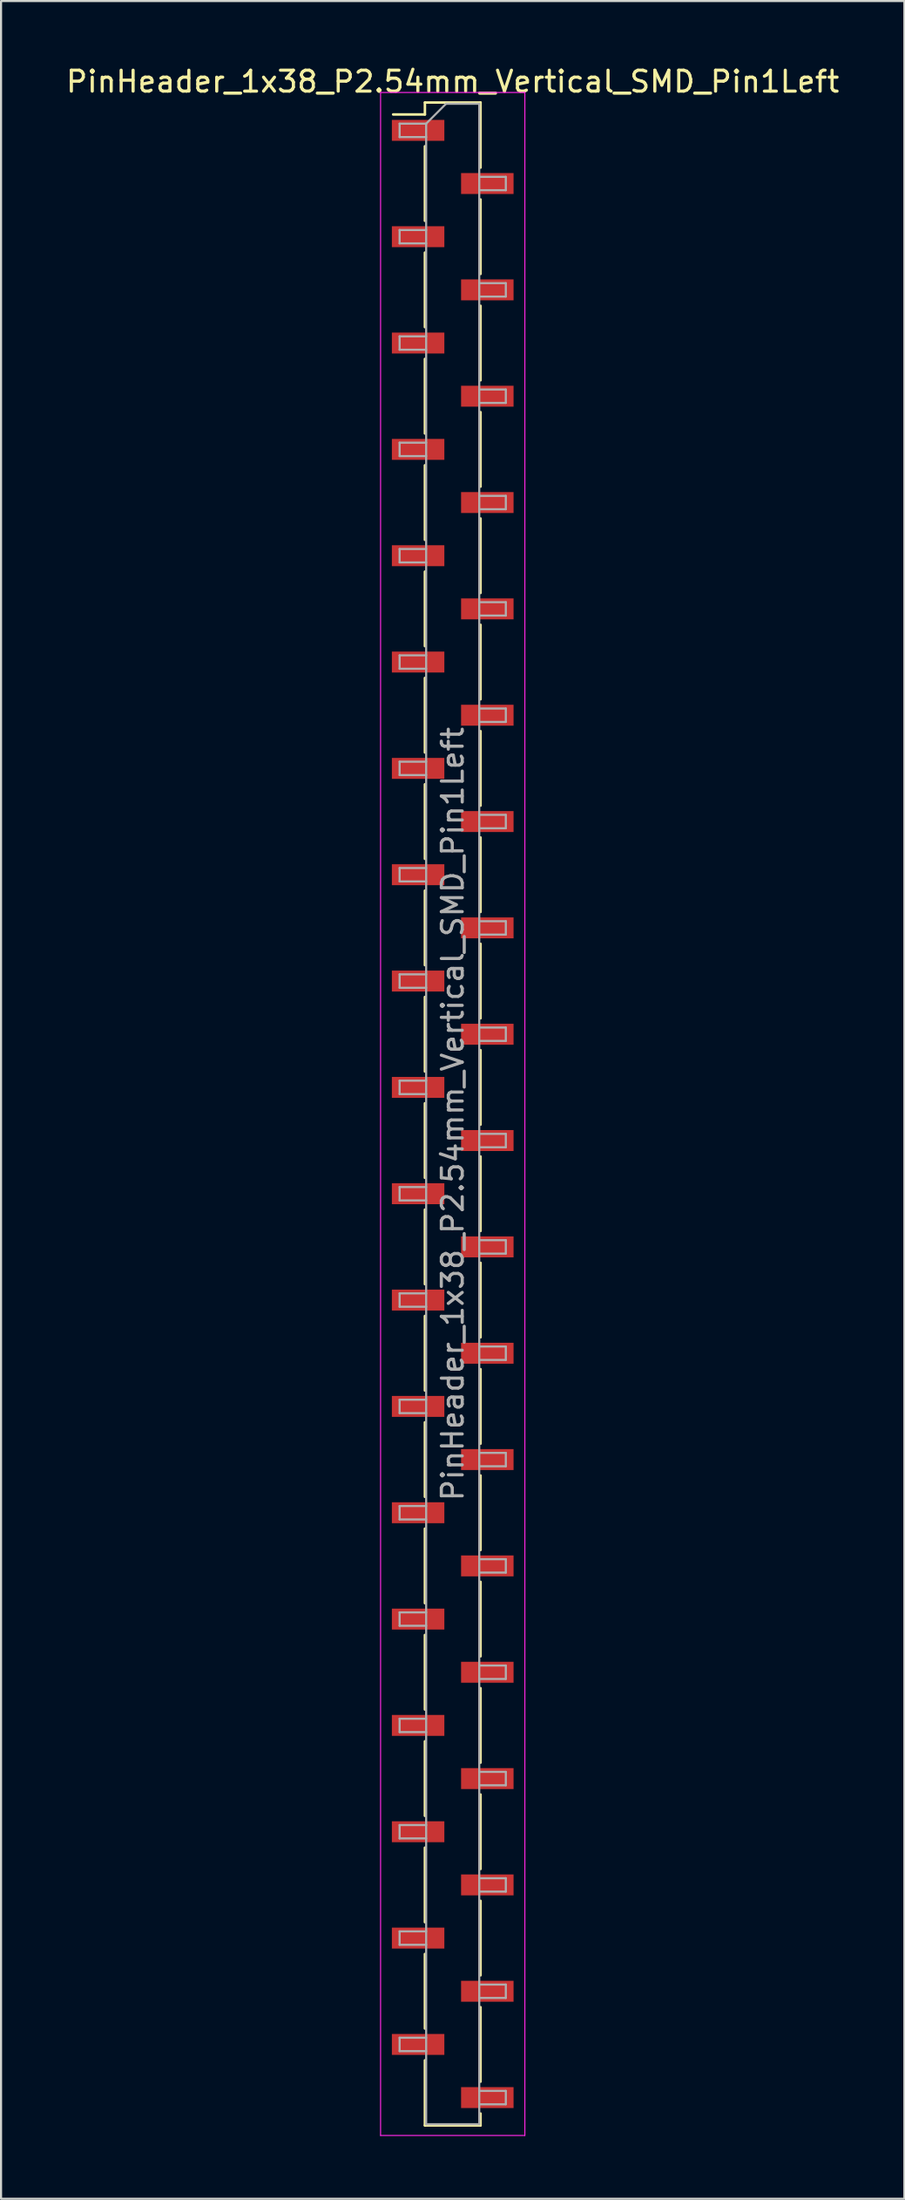
<source format=kicad_pcb>
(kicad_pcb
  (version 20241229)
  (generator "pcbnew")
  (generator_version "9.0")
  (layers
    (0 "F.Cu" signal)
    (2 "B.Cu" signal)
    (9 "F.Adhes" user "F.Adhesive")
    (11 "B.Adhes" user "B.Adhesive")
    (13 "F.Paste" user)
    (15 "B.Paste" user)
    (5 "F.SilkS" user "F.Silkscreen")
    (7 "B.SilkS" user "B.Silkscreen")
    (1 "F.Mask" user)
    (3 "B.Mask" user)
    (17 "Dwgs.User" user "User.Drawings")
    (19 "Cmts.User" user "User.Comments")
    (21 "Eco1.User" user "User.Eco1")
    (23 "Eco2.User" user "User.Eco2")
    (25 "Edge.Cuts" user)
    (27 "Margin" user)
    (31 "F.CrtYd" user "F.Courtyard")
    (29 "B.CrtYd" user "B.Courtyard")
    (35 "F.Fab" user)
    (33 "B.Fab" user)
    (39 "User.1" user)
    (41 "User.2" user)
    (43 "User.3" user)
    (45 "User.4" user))
  (footprint "PinHeader_1x38_P2.54mm_Vertical_SMD_Pin1Left"
    (layer "F.Cu")
    (at 18.601 50.168)
    (property "Reference" "PinHeader_1x38_P2.54mm_Vertical_SMD_Pin1Left" (at 0 -49.32 0) (layer "F.SilkS") (effects (font (size 1 1) (thickness 0.15))))
    (attr smd)
    (fp_line (start -1.33 -48.32) (end -1.33 -47.75) (stroke (width 0.12) (type solid)) (layer "F.SilkS"))
    (fp_line (start -1.33 -48.32) (end 1.33 -48.32) (stroke (width 0.12) (type solid)) (layer "F.SilkS"))
    (fp_line (start -1.33 -47.75) (end -2.85 -47.75) (stroke (width 0.12) (type solid)) (layer "F.SilkS"))
    (fp_line (start -1.33 -46.23) (end -1.33 -42.67) (stroke (width 0.12) (type solid)) (layer "F.SilkS"))
    (fp_line (start -1.33 -41.15) (end -1.33 -37.59) (stroke (width 0.12) (type solid)) (layer "F.SilkS"))
    (fp_line (start -1.33 -36.07) (end -1.33 -32.51) (stroke (width 0.12) (type solid)) (layer "F.SilkS"))
    (fp_line (start -1.33 -30.99) (end -1.33 -27.43) (stroke (width 0.12) (type solid)) (layer "F.SilkS"))
    (fp_line (start -1.33 -25.91) (end -1.33 -22.35) (stroke (width 0.12) (type solid)) (layer "F.SilkS"))
    (fp_line (start -1.33 -20.83) (end -1.33 -17.27) (stroke (width 0.12) (type solid)) (layer "F.SilkS"))
    (fp_line (start -1.33 -15.75) (end -1.33 -12.19) (stroke (width 0.12) (type solid)) (layer "F.SilkS"))
    (fp_line (start -1.33 -10.67) (end -1.33 -7.11) (stroke (width 0.12) (type solid)) (layer "F.SilkS"))
    (fp_line (start -1.33 -5.59) (end -1.33 -2.03) (stroke (width 0.12) (type solid)) (layer "F.SilkS"))
    (fp_line (start -1.33 -0.51) (end -1.33 3.05) (stroke (width 0.12) (type solid)) (layer "F.SilkS"))
    (fp_line (start -1.33 4.57) (end -1.33 8.13) (stroke (width 0.12) (type solid)) (layer "F.SilkS"))
    (fp_line (start -1.33 9.65) (end -1.33 13.21) (stroke (width 0.12) (type solid)) (layer "F.SilkS"))
    (fp_line (start -1.33 14.73) (end -1.33 18.29) (stroke (width 0.12) (type solid)) (layer "F.SilkS"))
    (fp_line (start -1.33 19.81) (end -1.33 23.37) (stroke (width 0.12) (type solid)) (layer "F.SilkS"))
    (fp_line (start -1.33 24.89) (end -1.33 28.45) (stroke (width 0.12) (type solid)) (layer "F.SilkS"))
    (fp_line (start -1.33 29.97) (end -1.33 33.53) (stroke (width 0.12) (type solid)) (layer "F.SilkS"))
    (fp_line (start -1.33 35.05) (end -1.33 38.61) (stroke (width 0.12) (type solid)) (layer "F.SilkS"))
    (fp_line (start -1.33 40.13) (end -1.33 43.69) (stroke (width 0.12) (type solid)) (layer "F.SilkS"))
    (fp_line (start -1.33 45.21) (end -1.33 48.32) (stroke (width 0.12) (type solid)) (layer "F.SilkS"))
    (fp_line (start -1.33 48.32) (end 1.33 48.32) (stroke (width 0.12) (type solid)) (layer "F.SilkS"))
    (fp_line (start 1.33 -48.32) (end 1.33 -45.21) (stroke (width 0.12) (type solid)) (layer "F.SilkS"))
    (fp_line (start 1.33 -43.69) (end 1.33 -40.13) (stroke (width 0.12) (type solid)) (layer "F.SilkS"))
    (fp_line (start 1.33 -38.61) (end 1.33 -35.05) (stroke (width 0.12) (type solid)) (layer "F.SilkS"))
    (fp_line (start 1.33 -33.53) (end 1.33 -29.97) (stroke (width 0.12) (type solid)) (layer "F.SilkS"))
    (fp_line (start 1.33 -28.45) (end 1.33 -24.89) (stroke (width 0.12) (type solid)) (layer "F.SilkS"))
    (fp_line (start 1.33 -23.37) (end 1.33 -19.81) (stroke (width 0.12) (type solid)) (layer "F.SilkS"))
    (fp_line (start 1.33 -18.29) (end 1.33 -14.73) (stroke (width 0.12) (type solid)) (layer "F.SilkS"))
    (fp_line (start 1.33 -13.21) (end 1.33 -9.65) (stroke (width 0.12) (type solid)) (layer "F.SilkS"))
    (fp_line (start 1.33 -8.13) (end 1.33 -4.57) (stroke (width 0.12) (type solid)) (layer "F.SilkS"))
    (fp_line (start 1.33 -3.05) (end 1.33 0.51) (stroke (width 0.12) (type solid)) (layer "F.SilkS"))
    (fp_line (start 1.33 2.03) (end 1.33 5.59) (stroke (width 0.12) (type solid)) (layer "F.SilkS"))
    (fp_line (start 1.33 7.11) (end 1.33 10.67) (stroke (width 0.12) (type solid)) (layer "F.SilkS"))
    (fp_line (start 1.33 12.19) (end 1.33 15.75) (stroke (width 0.12) (type solid)) (layer "F.SilkS"))
    (fp_line (start 1.33 17.27) (end 1.33 20.83) (stroke (width 0.12) (type solid)) (layer "F.SilkS"))
    (fp_line (start 1.33 22.35) (end 1.33 25.91) (stroke (width 0.12) (type solid)) (layer "F.SilkS"))
    (fp_line (start 1.33 27.43) (end 1.33 30.99) (stroke (width 0.12) (type solid)) (layer "F.SilkS"))
    (fp_line (start 1.33 32.51) (end 1.33 36.07) (stroke (width 0.12) (type solid)) (layer "F.SilkS"))
    (fp_line (start 1.33 37.59) (end 1.33 41.15) (stroke (width 0.12) (type solid)) (layer "F.SilkS"))
    (fp_line (start 1.33 42.67) (end 1.33 46.23) (stroke (width 0.12) (type solid)) (layer "F.SilkS"))
    (fp_line (start 1.33 47.75) (end 1.33 48.32) (stroke (width 0.12) (type solid)) (layer "F.SilkS"))
    (fp_line (start -3.45 -48.8) (end -3.45 48.8) (stroke (width 0.05) (type solid)) (layer "F.CrtYd"))
    (fp_line (start -3.45 48.8) (end 3.45 48.8) (stroke (width 0.05) (type solid)) (layer "F.CrtYd"))
    (fp_line (start 3.45 -48.8) (end -3.45 -48.8) (stroke (width 0.05) (type solid)) (layer "F.CrtYd"))
    (fp_line (start 3.45 48.8) (end 3.45 -48.8) (stroke (width 0.05) (type solid)) (layer "F.CrtYd"))
    (fp_line (start -2.54 -47.31) (end -2.54 -46.67) (stroke (width 0.1) (type solid)) (layer "F.Fab"))
    (fp_line (start -2.54 -46.67) (end -1.27 -46.67) (stroke (width 0.1) (type solid)) (layer "F.Fab"))
    (fp_line (start -2.54 -42.23) (end -2.54 -41.59) (stroke (width 0.1) (type solid)) (layer "F.Fab"))
    (fp_line (start -2.54 -41.59) (end -1.27 -41.59) (stroke (width 0.1) (type solid)) (layer "F.Fab"))
    (fp_line (start -2.54 -37.15) (end -2.54 -36.51) (stroke (width 0.1) (type solid)) (layer "F.Fab"))
    (fp_line (start -2.54 -36.51) (end -1.27 -36.51) (stroke (width 0.1) (type solid)) (layer "F.Fab"))
    (fp_line (start -2.54 -32.07) (end -2.54 -31.43) (stroke (width 0.1) (type solid)) (layer "F.Fab"))
    (fp_line (start -2.54 -31.43) (end -1.27 -31.43) (stroke (width 0.1) (type solid)) (layer "F.Fab"))
    (fp_line (start -2.54 -26.99) (end -2.54 -26.35) (stroke (width 0.1) (type solid)) (layer "F.Fab"))
    (fp_line (start -2.54 -26.35) (end -1.27 -26.35) (stroke (width 0.1) (type solid)) (layer "F.Fab"))
    (fp_line (start -2.54 -21.91) (end -2.54 -21.27) (stroke (width 0.1) (type solid)) (layer "F.Fab"))
    (fp_line (start -2.54 -21.27) (end -1.27 -21.27) (stroke (width 0.1) (type solid)) (layer "F.Fab"))
    (fp_line (start -2.54 -16.83) (end -2.54 -16.19) (stroke (width 0.1) (type solid)) (layer "F.Fab"))
    (fp_line (start -2.54 -16.19) (end -1.27 -16.19) (stroke (width 0.1) (type solid)) (layer "F.Fab"))
    (fp_line (start -2.54 -11.75) (end -2.54 -11.11) (stroke (width 0.1) (type solid)) (layer "F.Fab"))
    (fp_line (start -2.54 -11.11) (end -1.27 -11.11) (stroke (width 0.1) (type solid)) (layer "F.Fab"))
    (fp_line (start -2.54 -6.67) (end -2.54 -6.03) (stroke (width 0.1) (type solid)) (layer "F.Fab"))
    (fp_line (start -2.54 -6.03) (end -1.27 -6.03) (stroke (width 0.1) (type solid)) (layer "F.Fab"))
    (fp_line (start -2.54 -1.59) (end -2.54 -0.95) (stroke (width 0.1) (type solid)) (layer "F.Fab"))
    (fp_line (start -2.54 -0.95) (end -1.27 -0.95) (stroke (width 0.1) (type solid)) (layer "F.Fab"))
    (fp_line (start -2.54 3.49) (end -2.54 4.13) (stroke (width 0.1) (type solid)) (layer "F.Fab"))
    (fp_line (start -2.54 4.13) (end -1.27 4.13) (stroke (width 0.1) (type solid)) (layer "F.Fab"))
    (fp_line (start -2.54 8.57) (end -2.54 9.21) (stroke (width 0.1) (type solid)) (layer "F.Fab"))
    (fp_line (start -2.54 9.21) (end -1.27 9.21) (stroke (width 0.1) (type solid)) (layer "F.Fab"))
    (fp_line (start -2.54 13.65) (end -2.54 14.29) (stroke (width 0.1) (type solid)) (layer "F.Fab"))
    (fp_line (start -2.54 14.29) (end -1.27 14.29) (stroke (width 0.1) (type solid)) (layer "F.Fab"))
    (fp_line (start -2.54 18.73) (end -2.54 19.37) (stroke (width 0.1) (type solid)) (layer "F.Fab"))
    (fp_line (start -2.54 19.37) (end -1.27 19.37) (stroke (width 0.1) (type solid)) (layer "F.Fab"))
    (fp_line (start -2.54 23.81) (end -2.54 24.45) (stroke (width 0.1) (type solid)) (layer "F.Fab"))
    (fp_line (start -2.54 24.45) (end -1.27 24.45) (stroke (width 0.1) (type solid)) (layer "F.Fab"))
    (fp_line (start -2.54 28.89) (end -2.54 29.53) (stroke (width 0.1) (type solid)) (layer "F.Fab"))
    (fp_line (start -2.54 29.53) (end -1.27 29.53) (stroke (width 0.1) (type solid)) (layer "F.Fab"))
    (fp_line (start -2.54 33.97) (end -2.54 34.61) (stroke (width 0.1) (type solid)) (layer "F.Fab"))
    (fp_line (start -2.54 34.61) (end -1.27 34.61) (stroke (width 0.1) (type solid)) (layer "F.Fab"))
    (fp_line (start -2.54 39.05) (end -2.54 39.69) (stroke (width 0.1) (type solid)) (layer "F.Fab"))
    (fp_line (start -2.54 39.69) (end -1.27 39.69) (stroke (width 0.1) (type solid)) (layer "F.Fab"))
    (fp_line (start -2.54 44.13) (end -2.54 44.77) (stroke (width 0.1) (type solid)) (layer "F.Fab"))
    (fp_line (start -2.54 44.77) (end -1.27 44.77) (stroke (width 0.1) (type solid)) (layer "F.Fab"))
    (fp_line (start -1.27 -47.31) (end -2.54 -47.31) (stroke (width 0.1) (type solid)) (layer "F.Fab"))
    (fp_line (start -1.27 -47.31) (end -0.32 -48.26) (stroke (width 0.1) (type solid)) (layer "F.Fab"))
    (fp_line (start -1.27 -42.23) (end -2.54 -42.23) (stroke (width 0.1) (type solid)) (layer "F.Fab"))
    (fp_line (start -1.27 -37.15) (end -2.54 -37.15) (stroke (width 0.1) (type solid)) (layer "F.Fab"))
    (fp_line (start -1.27 -32.07) (end -2.54 -32.07) (stroke (width 0.1) (type solid)) (layer "F.Fab"))
    (fp_line (start -1.27 -26.99) (end -2.54 -26.99) (stroke (width 0.1) (type solid)) (layer "F.Fab"))
    (fp_line (start -1.27 -21.91) (end -2.54 -21.91) (stroke (width 0.1) (type solid)) (layer "F.Fab"))
    (fp_line (start -1.27 -16.83) (end -2.54 -16.83) (stroke (width 0.1) (type solid)) (layer "F.Fab"))
    (fp_line (start -1.27 -11.75) (end -2.54 -11.75) (stroke (width 0.1) (type solid)) (layer "F.Fab"))
    (fp_line (start -1.27 -6.67) (end -2.54 -6.67) (stroke (width 0.1) (type solid)) (layer "F.Fab"))
    (fp_line (start -1.27 -1.59) (end -2.54 -1.59) (stroke (width 0.1) (type solid)) (layer "F.Fab"))
    (fp_line (start -1.27 3.49) (end -2.54 3.49) (stroke (width 0.1) (type solid)) (layer "F.Fab"))
    (fp_line (start -1.27 8.57) (end -2.54 8.57) (stroke (width 0.1) (type solid)) (layer "F.Fab"))
    (fp_line (start -1.27 13.65) (end -2.54 13.65) (stroke (width 0.1) (type solid)) (layer "F.Fab"))
    (fp_line (start -1.27 18.73) (end -2.54 18.73) (stroke (width 0.1) (type solid)) (layer "F.Fab"))
    (fp_line (start -1.27 23.81) (end -2.54 23.81) (stroke (width 0.1) (type solid)) (layer "F.Fab"))
    (fp_line (start -1.27 28.89) (end -2.54 28.89) (stroke (width 0.1) (type solid)) (layer "F.Fab"))
    (fp_line (start -1.27 33.97) (end -2.54 33.97) (stroke (width 0.1) (type solid)) (layer "F.Fab"))
    (fp_line (start -1.27 39.05) (end -2.54 39.05) (stroke (width 0.1) (type solid)) (layer "F.Fab"))
    (fp_line (start -1.27 44.13) (end -2.54 44.13) (stroke (width 0.1) (type solid)) (layer "F.Fab"))
    (fp_line (start -1.27 48.26) (end -1.27 -47.31) (stroke (width 0.1) (type solid)) (layer "F.Fab"))
    (fp_line (start -0.32 -48.26) (end 1.27 -48.26) (stroke (width 0.1) (type solid)) (layer "F.Fab"))
    (fp_line (start 1.27 -48.26) (end 1.27 48.26) (stroke (width 0.1) (type solid)) (layer "F.Fab"))
    (fp_line (start 1.27 -44.77) (end 2.54 -44.77) (stroke (width 0.1) (type solid)) (layer "F.Fab"))
    (fp_line (start 1.27 -39.69) (end 2.54 -39.69) (stroke (width 0.1) (type solid)) (layer "F.Fab"))
    (fp_line (start 1.27 -34.61) (end 2.54 -34.61) (stroke (width 0.1) (type solid)) (layer "F.Fab"))
    (fp_line (start 1.27 -29.53) (end 2.54 -29.53) (stroke (width 0.1) (type solid)) (layer "F.Fab"))
    (fp_line (start 1.27 -24.45) (end 2.54 -24.45) (stroke (width 0.1) (type solid)) (layer "F.Fab"))
    (fp_line (start 1.27 -19.37) (end 2.54 -19.37) (stroke (width 0.1) (type solid)) (layer "F.Fab"))
    (fp_line (start 1.27 -14.29) (end 2.54 -14.29) (stroke (width 0.1) (type solid)) (layer "F.Fab"))
    (fp_line (start 1.27 -9.21) (end 2.54 -9.21) (stroke (width 0.1) (type solid)) (layer "F.Fab"))
    (fp_line (start 1.27 -4.13) (end 2.54 -4.13) (stroke (width 0.1) (type solid)) (layer "F.Fab"))
    (fp_line (start 1.27 0.95) (end 2.54 0.95) (stroke (width 0.1) (type solid)) (layer "F.Fab"))
    (fp_line (start 1.27 6.03) (end 2.54 6.03) (stroke (width 0.1) (type solid)) (layer "F.Fab"))
    (fp_line (start 1.27 11.11) (end 2.54 11.11) (stroke (width 0.1) (type solid)) (layer "F.Fab"))
    (fp_line (start 1.27 16.19) (end 2.54 16.19) (stroke (width 0.1) (type solid)) (layer "F.Fab"))
    (fp_line (start 1.27 21.27) (end 2.54 21.27) (stroke (width 0.1) (type solid)) (layer "F.Fab"))
    (fp_line (start 1.27 26.35) (end 2.54 26.35) (stroke (width 0.1) (type solid)) (layer "F.Fab"))
    (fp_line (start 1.27 31.43) (end 2.54 31.43) (stroke (width 0.1) (type solid)) (layer "F.Fab"))
    (fp_line (start 1.27 36.51) (end 2.54 36.51) (stroke (width 0.1) (type solid)) (layer "F.Fab"))
    (fp_line (start 1.27 41.59) (end 2.54 41.59) (stroke (width 0.1) (type solid)) (layer "F.Fab"))
    (fp_line (start 1.27 46.67) (end 2.54 46.67) (stroke (width 0.1) (type solid)) (layer "F.Fab"))
    (fp_line (start 1.27 48.26) (end -1.27 48.26) (stroke (width 0.1) (type solid)) (layer "F.Fab"))
    (fp_line (start 2.54 -44.77) (end 2.54 -44.13) (stroke (width 0.1) (type solid)) (layer "F.Fab"))
    (fp_line (start 2.54 -44.13) (end 1.27 -44.13) (stroke (width 0.1) (type solid)) (layer "F.Fab"))
    (fp_line (start 2.54 -39.69) (end 2.54 -39.05) (stroke (width 0.1) (type solid)) (layer "F.Fab"))
    (fp_line (start 2.54 -39.05) (end 1.27 -39.05) (stroke (width 0.1) (type solid)) (layer "F.Fab"))
    (fp_line (start 2.54 -34.61) (end 2.54 -33.97) (stroke (width 0.1) (type solid)) (layer "F.Fab"))
    (fp_line (start 2.54 -33.97) (end 1.27 -33.97) (stroke (width 0.1) (type solid)) (layer "F.Fab"))
    (fp_line (start 2.54 -29.53) (end 2.54 -28.89) (stroke (width 0.1) (type solid)) (layer "F.Fab"))
    (fp_line (start 2.54 -28.89) (end 1.27 -28.89) (stroke (width 0.1) (type solid)) (layer "F.Fab"))
    (fp_line (start 2.54 -24.45) (end 2.54 -23.81) (stroke (width 0.1) (type solid)) (layer "F.Fab"))
    (fp_line (start 2.54 -23.81) (end 1.27 -23.81) (stroke (width 0.1) (type solid)) (layer "F.Fab"))
    (fp_line (start 2.54 -19.37) (end 2.54 -18.73) (stroke (width 0.1) (type solid)) (layer "F.Fab"))
    (fp_line (start 2.54 -18.73) (end 1.27 -18.73) (stroke (width 0.1) (type solid)) (layer "F.Fab"))
    (fp_line (start 2.54 -14.29) (end 2.54 -13.65) (stroke (width 0.1) (type solid)) (layer "F.Fab"))
    (fp_line (start 2.54 -13.65) (end 1.27 -13.65) (stroke (width 0.1) (type solid)) (layer "F.Fab"))
    (fp_line (start 2.54 -9.21) (end 2.54 -8.57) (stroke (width 0.1) (type solid)) (layer "F.Fab"))
    (fp_line (start 2.54 -8.57) (end 1.27 -8.57) (stroke (width 0.1) (type solid)) (layer "F.Fab"))
    (fp_line (start 2.54 -4.13) (end 2.54 -3.49) (stroke (width 0.1) (type solid)) (layer "F.Fab"))
    (fp_line (start 2.54 -3.49) (end 1.27 -3.49) (stroke (width 0.1) (type solid)) (layer "F.Fab"))
    (fp_line (start 2.54 0.95) (end 2.54 1.59) (stroke (width 0.1) (type solid)) (layer "F.Fab"))
    (fp_line (start 2.54 1.59) (end 1.27 1.59) (stroke (width 0.1) (type solid)) (layer "F.Fab"))
    (fp_line (start 2.54 6.03) (end 2.54 6.67) (stroke (width 0.1) (type solid)) (layer "F.Fab"))
    (fp_line (start 2.54 6.67) (end 1.27 6.67) (stroke (width 0.1) (type solid)) (layer "F.Fab"))
    (fp_line (start 2.54 11.11) (end 2.54 11.75) (stroke (width 0.1) (type solid)) (layer "F.Fab"))
    (fp_line (start 2.54 11.75) (end 1.27 11.75) (stroke (width 0.1) (type solid)) (layer "F.Fab"))
    (fp_line (start 2.54 16.19) (end 2.54 16.83) (stroke (width 0.1) (type solid)) (layer "F.Fab"))
    (fp_line (start 2.54 16.83) (end 1.27 16.83) (stroke (width 0.1) (type solid)) (layer "F.Fab"))
    (fp_line (start 2.54 21.27) (end 2.54 21.91) (stroke (width 0.1) (type solid)) (layer "F.Fab"))
    (fp_line (start 2.54 21.91) (end 1.27 21.91) (stroke (width 0.1) (type solid)) (layer "F.Fab"))
    (fp_line (start 2.54 26.35) (end 2.54 26.99) (stroke (width 0.1) (type solid)) (layer "F.Fab"))
    (fp_line (start 2.54 26.99) (end 1.27 26.99) (stroke (width 0.1) (type solid)) (layer "F.Fab"))
    (fp_line (start 2.54 31.43) (end 2.54 32.07) (stroke (width 0.1) (type solid)) (layer "F.Fab"))
    (fp_line (start 2.54 32.07) (end 1.27 32.07) (stroke (width 0.1) (type solid)) (layer "F.Fab"))
    (fp_line (start 2.54 36.51) (end 2.54 37.15) (stroke (width 0.1) (type solid)) (layer "F.Fab"))
    (fp_line (start 2.54 37.15) (end 1.27 37.15) (stroke (width 0.1) (type solid)) (layer "F.Fab"))
    (fp_line (start 2.54 41.59) (end 2.54 42.23) (stroke (width 0.1) (type solid)) (layer "F.Fab"))
    (fp_line (start 2.54 42.23) (end 1.27 42.23) (stroke (width 0.1) (type solid)) (layer "F.Fab"))
    (fp_line (start 2.54 46.67) (end 2.54 47.31) (stroke (width 0.1) (type solid)) (layer "F.Fab"))
    (fp_line (start 2.54 47.31) (end 1.27 47.31) (stroke (width 0.1) (type solid)) (layer "F.Fab"))
    (fp_text user "${REFERENCE}" (at 0 0 90) (layer "F.Fab") (effects (font (size 1 1) (thickness 0.15))))
    (pad "1" smd rect (at -1.655 -46.99) (size 2.51 1) (layers "F.Cu" "F.Mask" "F.Paste"))
    (pad "2" smd rect (at 1.655 -44.45) (size 2.51 1) (layers "F.Cu" "F.Mask" "F.Paste"))
    (pad "3" smd rect (at -1.655 -41.91) (size 2.51 1) (layers "F.Cu" "F.Mask" "F.Paste"))
    (pad "4" smd rect (at 1.655 -39.37) (size 2.51 1) (layers "F.Cu" "F.Mask" "F.Paste"))
    (pad "5" smd rect (at -1.655 -36.83) (size 2.51 1) (layers "F.Cu" "F.Mask" "F.Paste"))
    (pad "6" smd rect (at 1.655 -34.29) (size 2.51 1) (layers "F.Cu" "F.Mask" "F.Paste"))
    (pad "7" smd rect (at -1.655 -31.75) (size 2.51 1) (layers "F.Cu" "F.Mask" "F.Paste"))
    (pad "8" smd rect (at 1.655 -29.21) (size 2.51 1) (layers "F.Cu" "F.Mask" "F.Paste"))
    (pad "9" smd rect (at -1.655 -26.67) (size 2.51 1) (layers "F.Cu" "F.Mask" "F.Paste"))
    (pad "10" smd rect (at 1.655 -24.13) (size 2.51 1) (layers "F.Cu" "F.Mask" "F.Paste"))
    (pad "11" smd rect (at -1.655 -21.59) (size 2.51 1) (layers "F.Cu" "F.Mask" "F.Paste"))
    (pad "12" smd rect (at 1.655 -19.05) (size 2.51 1) (layers "F.Cu" "F.Mask" "F.Paste"))
    (pad "13" smd rect (at -1.655 -16.51) (size 2.51 1) (layers "F.Cu" "F.Mask" "F.Paste"))
    (pad "14" smd rect (at 1.655 -13.97) (size 2.51 1) (layers "F.Cu" "F.Mask" "F.Paste"))
    (pad "15" smd rect (at -1.655 -11.43) (size 2.51 1) (layers "F.Cu" "F.Mask" "F.Paste"))
    (pad "16" smd rect (at 1.655 -8.89) (size 2.51 1) (layers "F.Cu" "F.Mask" "F.Paste"))
    (pad "17" smd rect (at -1.655 -6.35) (size 2.51 1) (layers "F.Cu" "F.Mask" "F.Paste"))
    (pad "18" smd rect (at 1.655 -3.81) (size 2.51 1) (layers "F.Cu" "F.Mask" "F.Paste"))
    (pad "19" smd rect (at -1.655 -1.27) (size 2.51 1) (layers "F.Cu" "F.Mask" "F.Paste"))
    (pad "20" smd rect (at 1.655 1.27) (size 2.51 1) (layers "F.Cu" "F.Mask" "F.Paste"))
    (pad "21" smd rect (at -1.655 3.81) (size 2.51 1) (layers "F.Cu" "F.Mask" "F.Paste"))
    (pad "22" smd rect (at 1.655 6.35) (size 2.51 1) (layers "F.Cu" "F.Mask" "F.Paste"))
    (pad "23" smd rect (at -1.655 8.89) (size 2.51 1) (layers "F.Cu" "F.Mask" "F.Paste"))
    (pad "24" smd rect (at 1.655 11.43) (size 2.51 1) (layers "F.Cu" "F.Mask" "F.Paste"))
    (pad "25" smd rect (at -1.655 13.97) (size 2.51 1) (layers "F.Cu" "F.Mask" "F.Paste"))
    (pad "26" smd rect (at 1.655 16.51) (size 2.51 1) (layers "F.Cu" "F.Mask" "F.Paste"))
    (pad "27" smd rect (at -1.655 19.05) (size 2.51 1) (layers "F.Cu" "F.Mask" "F.Paste"))
    (pad "28" smd rect (at 1.655 21.59) (size 2.51 1) (layers "F.Cu" "F.Mask" "F.Paste"))
    (pad "29" smd rect (at -1.655 24.13) (size 2.51 1) (layers "F.Cu" "F.Mask" "F.Paste"))
    (pad "30" smd rect (at 1.655 26.67) (size 2.51 1) (layers "F.Cu" "F.Mask" "F.Paste"))
    (pad "31" smd rect (at -1.655 29.21) (size 2.51 1) (layers "F.Cu" "F.Mask" "F.Paste"))
    (pad "32" smd rect (at 1.655 31.75) (size 2.51 1) (layers "F.Cu" "F.Mask" "F.Paste"))
    (pad "33" smd rect (at -1.655 34.29) (size 2.51 1) (layers "F.Cu" "F.Mask" "F.Paste"))
    (pad "34" smd rect (at 1.655 36.83) (size 2.51 1) (layers "F.Cu" "F.Mask" "F.Paste"))
    (pad "35" smd rect (at -1.655 39.37) (size 2.51 1) (layers "F.Cu" "F.Mask" "F.Paste"))
    (pad "36" smd rect (at 1.655 41.91) (size 2.51 1) (layers "F.Cu" "F.Mask" "F.Paste"))
    (pad "37" smd rect (at -1.655 44.45) (size 2.51 1) (layers "F.Cu" "F.Mask" "F.Paste"))
    (pad "38" smd rect (at 1.655 46.99) (size 2.51 1) (layers "F.Cu" "F.Mask" "F.Paste")))
  (gr_rect
    (start -3 -3)
    (end 40.202 101.993)
    (stroke (width 0.1) (type default))
    (fill no)
    (layer "Edge.Cuts")))
</source>
